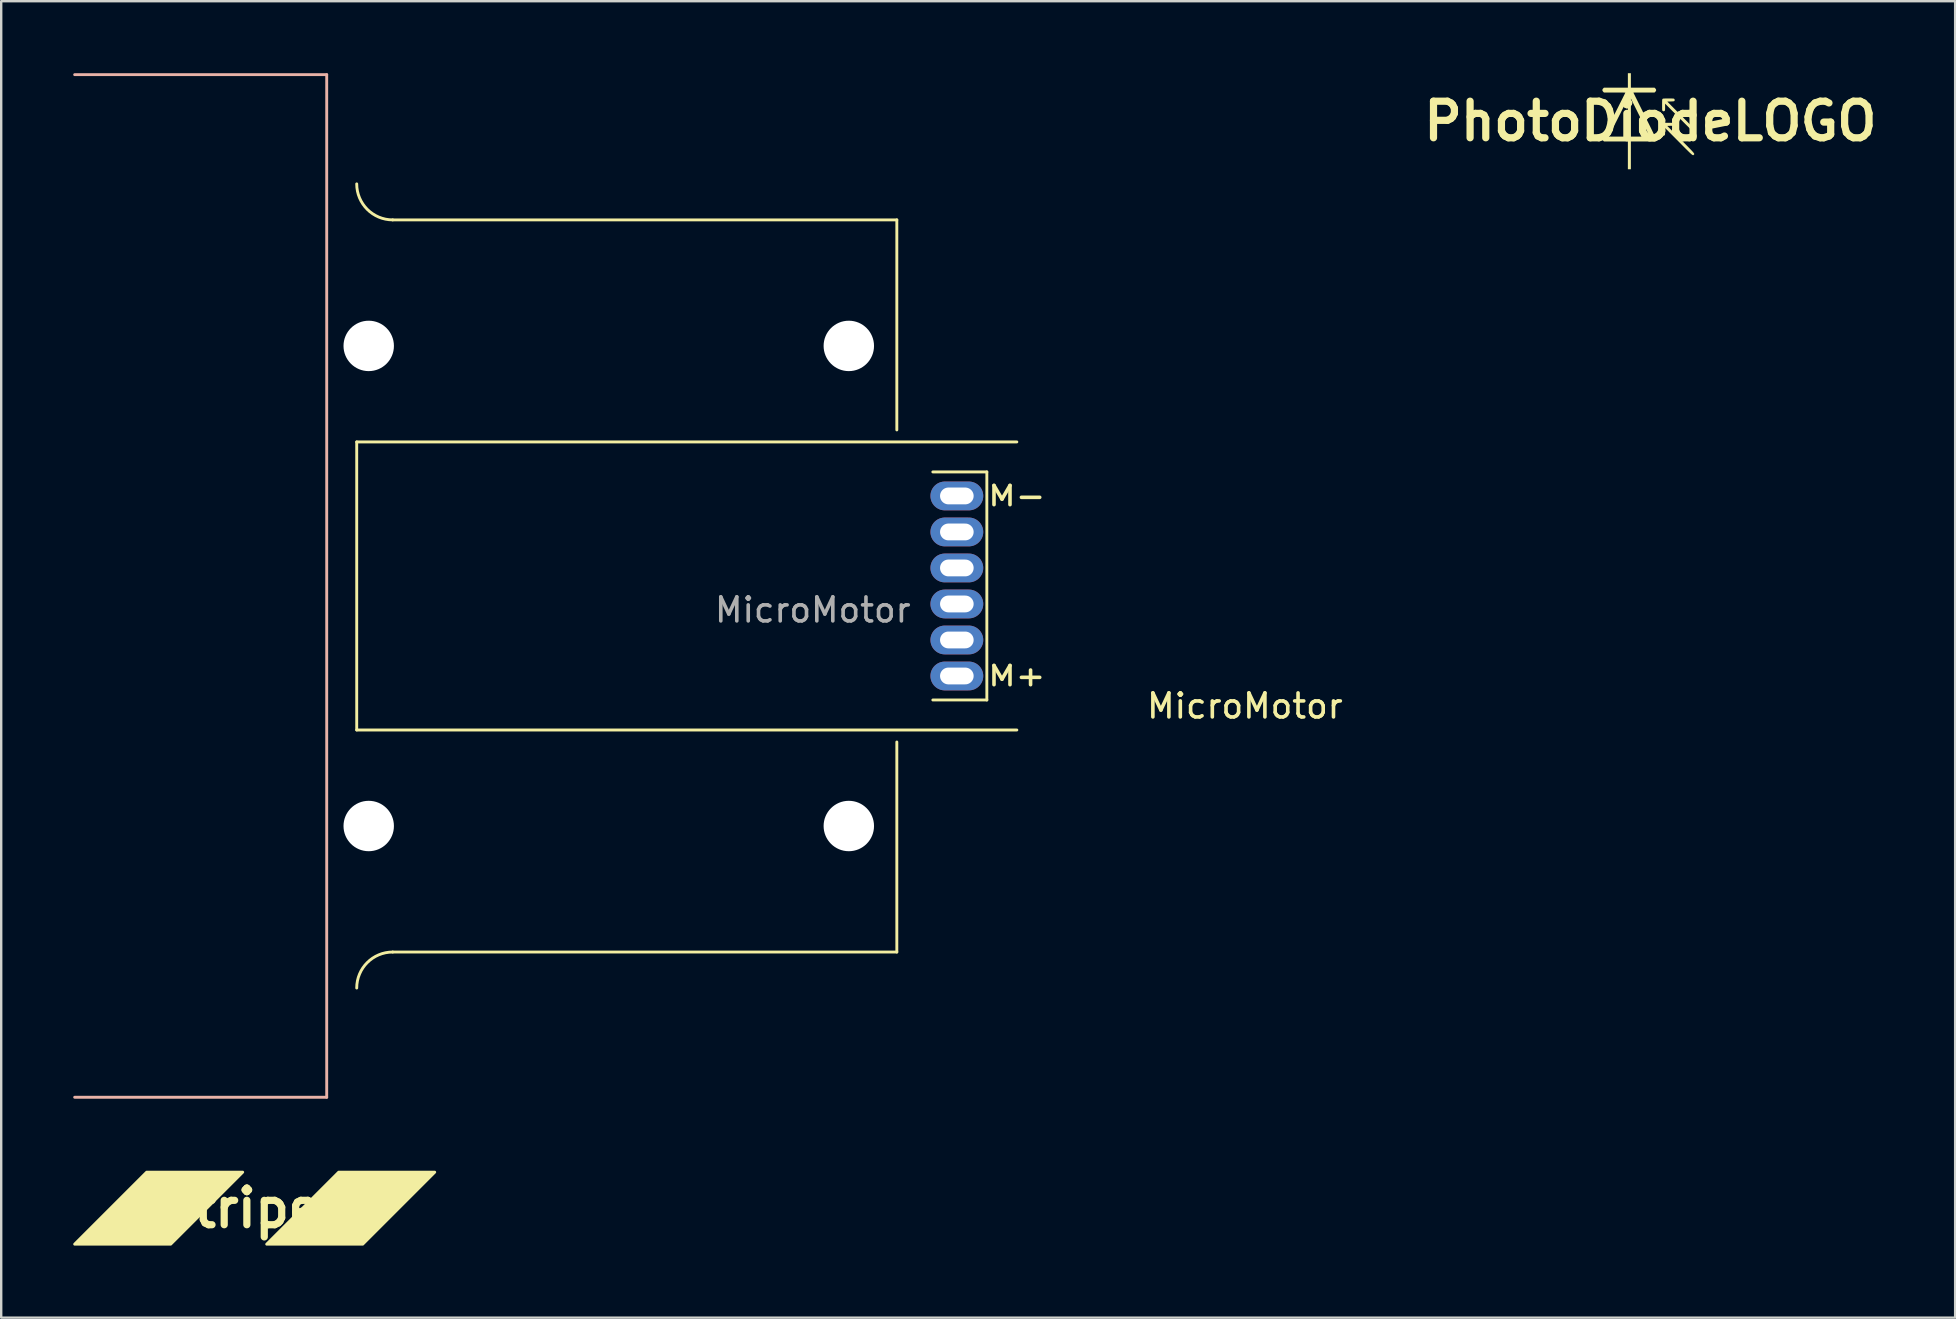
<source format=kicad_pcb>
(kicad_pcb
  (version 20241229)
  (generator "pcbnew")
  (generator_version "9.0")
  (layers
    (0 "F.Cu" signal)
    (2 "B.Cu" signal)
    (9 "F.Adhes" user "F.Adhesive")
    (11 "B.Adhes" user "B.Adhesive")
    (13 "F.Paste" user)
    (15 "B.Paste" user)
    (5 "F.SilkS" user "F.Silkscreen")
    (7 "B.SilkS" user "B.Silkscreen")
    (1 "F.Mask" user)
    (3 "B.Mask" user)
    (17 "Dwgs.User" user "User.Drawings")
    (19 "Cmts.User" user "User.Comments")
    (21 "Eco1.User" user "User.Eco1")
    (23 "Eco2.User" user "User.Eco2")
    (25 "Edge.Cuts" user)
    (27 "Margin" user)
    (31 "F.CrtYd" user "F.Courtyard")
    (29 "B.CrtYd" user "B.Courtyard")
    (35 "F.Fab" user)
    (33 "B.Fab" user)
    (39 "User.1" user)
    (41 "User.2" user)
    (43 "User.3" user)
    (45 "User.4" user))
  (footprint "Stripes"
    (layer "F.Cu")
    (at 7.56 47.28)
    (property "Reference" "Stripes" (at 0 0 0) (layer "F.SilkS") (effects (font (size 1.524 1.524) (thickness 0.3))))
    (attr board_only exclude_from_pos_files exclude_from_bom)
    (fp_poly (pts (xy -3.5 1.5) (xy -7.5 1.5) (xy -4.5 -1.5) (xy -0.5 -1.5)) (stroke (width 0.12) (type solid)) (fill yes) (layer "F.SilkS"))
    (fp_poly (pts (xy 4.5 1.5) (xy 0.5 1.5) (xy 3.5 -1.5) (xy 7.5 -1.5)) (stroke (width 0.12) (type solid)) (fill yes) (layer "F.SilkS")))
  (footprint "PhotoDiodeLOGO"
    (layer "F.Cu")
    (at 65.702 2)
    (property "Reference" "PhotoDiodeLOGO" (at 0 0 0) (layer "F.SilkS") (effects (font (size 1.524 1.524) (thickness 0.3))))
    (attr board_only exclude_from_pos_files exclude_from_bom)
    (fp_poly (pts (xy 0.823 -0.947) (xy 0.878 -0.947) (xy 0.918 -0.946) (xy 0.947 -0.945) (xy 0.967 -0.942) (xy 0.98 -0.939) (xy 0.989 -0.934) (xy 0.995 -0.928) (xy 1.012 -0.9) (xy 1.011 -0.867) (xy 1.001 -0.846) (xy 0.994 -0.839) (xy 0.983 -0.834) (xy 0.964 -0.83) (xy 0.936 -0.827) (xy 0.894 -0.825) (xy 0.845 -0.823) (xy 0.703 -0.818) (xy 1.266 -0.253) (xy 1.368 -0.15) (xy 1.458 -0.059) (xy 1.536 0.019) (xy 1.602 0.087) (xy 1.659 0.145) (xy 1.705 0.193) (xy 1.743 0.234) (xy 1.773 0.267) (xy 1.795 0.294) (xy 1.811 0.315) (xy 1.821 0.332) (xy 1.827 0.345) (xy 1.828 0.355) (xy 1.825 0.364) (xy 1.82 0.371) (xy 1.813 0.379) (xy 1.809 0.383) (xy 1.801 0.39) (xy 1.794 0.397) (xy 1.786 0.4) (xy 1.777 0.401) (xy 1.765 0.398) (xy 1.75 0.39) (xy 1.731 0.377) (xy 1.707 0.357) (xy 1.677 0.331) (xy 1.64 0.297) (xy 1.596 0.254) (xy 1.543 0.202) (xy 1.48 0.14) (xy 1.407 0.067) (xy 1.323 -0.018) (xy 1.227 -0.115) (xy 1.177 -0.165) (xy 0.613 -0.732) (xy 0.613 -0.591) (xy 0.613 -0.536) (xy 0.612 -0.496) (xy 0.609 -0.469) (xy 0.606 -0.451) (xy 0.601 -0.439) (xy 0.593 -0.431) (xy 0.565 -0.414) (xy 0.534 -0.415) (xy 0.507 -0.431) (xy 0.501 -0.438) (xy 0.497 -0.447) (xy 0.493 -0.46) (xy 0.491 -0.481) (xy 0.489 -0.511) (xy 0.489 -0.552) (xy 0.488 -0.608) (xy 0.488 -0.68) (xy 0.488 -0.752) (xy 0.489 -0.808) (xy 0.489 -0.849) (xy 0.491 -0.879) (xy 0.493 -0.899) (xy 0.497 -0.913) (xy 0.501 -0.921) (xy 0.507 -0.928) (xy 0.514 -0.934) (xy 0.523 -0.939) (xy 0.537 -0.942) (xy 0.558 -0.945) (xy 0.588 -0.946) (xy 0.63 -0.947) (xy 0.687 -0.947) (xy 0.751 -0.947)) (stroke (width 0) (type solid)) (fill yes) (layer "F.SilkS"))
    (fp_poly (pts (xy 0.823 0.067) (xy 0.878 0.067) (xy 0.918 0.068) (xy 0.947 0.07) (xy 0.967 0.072) (xy 0.98 0.076) (xy 0.989 0.081) (xy 0.995 0.086) (xy 1.012 0.115) (xy 1.011 0.147) (xy 1.001 0.168) (xy 0.994 0.175) (xy 0.983 0.181) (xy 0.964 0.185) (xy 0.936 0.187) (xy 0.894 0.19) (xy 0.845 0.191) (xy 0.703 0.196) (xy 1.266 0.762) (xy 1.368 0.865) (xy 1.458 0.955) (xy 1.536 1.034) (xy 1.602 1.102) (xy 1.659 1.159) (xy 1.705 1.208) (xy 1.743 1.248) (xy 1.773 1.282) (xy 1.795 1.308) (xy 1.811 1.33) (xy 1.821 1.346) (xy 1.827 1.36) (xy 1.828 1.37) (xy 1.825 1.378) (xy 1.82 1.386) (xy 1.813 1.393) (xy 1.809 1.397) (xy 1.801 1.405) (xy 1.794 1.411) (xy 1.786 1.415) (xy 1.777 1.415) (xy 1.765 1.412) (xy 1.75 1.404) (xy 1.731 1.391) (xy 1.707 1.372) (xy 1.677 1.345) (xy 1.64 1.311) (xy 1.596 1.268) (xy 1.543 1.216) (xy 1.48 1.154) (xy 1.407 1.081) (xy 1.323 0.996) (xy 1.227 0.899) (xy 1.177 0.849) (xy 0.613 0.282) (xy 0.613 0.423) (xy 0.613 0.479) (xy 0.612 0.519) (xy 0.609 0.546) (xy 0.606 0.563) (xy 0.601 0.575) (xy 0.593 0.584) (xy 0.571 0.598) (xy 0.55 0.603) (xy 0.526 0.596) (xy 0.507 0.584) (xy 0.501 0.577) (xy 0.497 0.568) (xy 0.493 0.554) (xy 0.491 0.534) (xy 0.489 0.504) (xy 0.489 0.462) (xy 0.488 0.406) (xy 0.488 0.335) (xy 0.488 0.263) (xy 0.489 0.207) (xy 0.489 0.165) (xy 0.491 0.136) (xy 0.493 0.115) (xy 0.497 0.102) (xy 0.501 0.093) (xy 0.507 0.086) (xy 0.514 0.08) (xy 0.523 0.075) (xy 0.537 0.072) (xy 0.558 0.07) (xy 0.588 0.068) (xy 0.63 0.067) (xy 0.687 0.067) (xy 0.751 0.067)) (stroke (width 0) (type solid)) (fill yes) (layer "F.SilkS"))
    (fp_poly (pts (xy -0.813 -1.397) (xy 0.174 -1.397) (xy 0.207 -1.365) (xy 0.233 -1.329) (xy 0.241 -1.293) (xy 0.229 -1.257) (xy 0.207 -1.229) (xy 0.174 -1.196) (xy -0.267 -1.196) (xy -0.357 -1.196) (xy -0.441 -1.196) (xy -0.516 -1.196) (xy -0.582 -1.195) (xy -0.636 -1.194) (xy -0.676 -1.194) (xy -0.701 -1.193) (xy -0.708 -1.192) (xy -0.704 -1.183) (xy -0.692 -1.158) (xy -0.672 -1.118) (xy -0.646 -1.065) (xy -0.613 -0.998) (xy -0.574 -0.92) (xy -0.53 -0.831) (xy -0.482 -0.733) (xy -0.429 -0.626) (xy -0.372 -0.512) (xy -0.313 -0.392) (xy -0.251 -0.266) (xy -0.234 -0.234) (xy -0.155 -0.072) (xy -0.081 0.076) (xy -0.015 0.21) (xy 0.044 0.33) (xy 0.095 0.437) (xy 0.139 0.528) (xy 0.175 0.604) (xy 0.204 0.665) (xy 0.224 0.709) (xy 0.236 0.738) (xy 0.239 0.749) (xy 0.231 0.779) (xy 0.207 0.81) (xy 0.174 0.842) (xy -0.813 0.842) (xy -0.813 2) (xy -0.938 2) (xy -0.938 0.842) (xy -1.935 0.842) (xy -1.968 0.81) (xy -1.991 0.781) (xy -2 0.753) (xy -2 0.746) (xy -1.997 0.734) (xy -1.987 0.71) (xy -1.971 0.673) (xy -1.953 0.635) (xy -1.732 0.635) (xy -1.723 0.636) (xy -1.697 0.638) (xy -1.655 0.639) (xy -1.6 0.64) (xy -1.534 0.64) (xy -1.459 0.641) (xy -1.377 0.641) (xy -1.335 0.641) (xy -0.938 0.641) (xy -0.813 0.641) (xy -0.421 0.641) (xy -0.337 0.641) (xy -0.258 0.641) (xy -0.188 0.641) (xy -0.128 0.64) (xy -0.081 0.639) (xy -0.048 0.639) (xy -0.031 0.638) (xy -0.029 0.638) (xy -0.033 0.629) (xy -0.045 0.604) (xy -0.064 0.564) (xy -0.091 0.511) (xy -0.123 0.446) (xy -0.161 0.369) (xy -0.203 0.283) (xy -0.251 0.188) (xy -0.302 0.085) (xy -0.356 -0.024) (xy -0.412 -0.138) (xy -0.42 -0.154) (xy -0.812 -0.943) (xy -0.813 -0.151) (xy -0.813 0.641) (xy -0.938 0.641) (xy -0.938 -0.15) (xy -0.938 -0.271) (xy -0.938 -0.386) (xy -0.938 -0.495) (xy -0.939 -0.594) (xy -0.939 -0.684) (xy -0.939 -0.762) (xy -0.94 -0.828) (xy -0.94 -0.879) (xy -0.941 -0.915) (xy -0.941 -0.934) (xy -0.941 -0.937) (xy -0.946 -0.928) (xy -0.959 -0.903) (xy -0.979 -0.864) (xy -1.006 -0.812) (xy -1.038 -0.749) (xy -1.074 -0.676) (xy -1.115 -0.595) (xy -1.16 -0.508) (xy -1.207 -0.414) (xy -1.255 -0.317) (xy -1.306 -0.218) (xy -1.356 -0.117) (xy -1.406 -0.017) (xy -1.456 0.081) (xy -1.503 0.175) (xy -1.548 0.265) (xy -1.59 0.348) (xy -1.628 0.424) (xy -1.661 0.49) (xy -1.689 0.546) (xy -1.71 0.589) (xy -1.725 0.619) (xy -1.732 0.634) (xy -1.732 0.635) (xy -1.953 0.635) (xy -1.947 0.623) (xy -1.917 0.559) (xy -1.879 0.481) (xy -1.833 0.388) (xy -1.78 0.28) (xy -1.718 0.157) (xy -1.649 0.018) (xy -1.57 -0.138) (xy -1.522 -0.235) (xy -1.458 -0.361) (xy -1.397 -0.482) (xy -1.339 -0.597) (xy -1.285 -0.706) (xy -1.235 -0.806) (xy -1.189 -0.897) (xy -1.148 -0.978) (xy -1.114 -1.047) (xy -1.085 -1.104) (xy -1.064 -1.148) (xy -1.05 -1.177) (xy -1.043 -1.19) (xy -1.043 -1.19) (xy -1.052 -1.192) (xy -1.079 -1.193) (xy -1.121 -1.194) (xy -1.176 -1.195) (xy -1.243 -1.195) (xy -1.32 -1.196) (xy -1.405 -1.196) (xy -1.489 -1.196) (xy -1.935 -1.196) (xy -1.968 -1.229) (xy -1.994 -1.265) (xy -2.002 -1.301) (xy -1.99 -1.337) (xy -1.968 -1.365) (xy -1.935 -1.397) (xy -0.938 -1.397) (xy -0.938 -2) (xy -0.813 -2)) (stroke (width 0) (type solid)) (fill yes) (layer "F.SilkS")))
  (footprint "MicroMotor"
    (layer "F.Cu")
    (at 36.81 21.36)
    (property "Reference" "MicroMotor" (at 12 5 0) (unlocked yes) (layer "F.SilkS") (effects (font (size 1 1) (thickness 0.15))))
    (attr through_hole)
    (fp_line (start -25 -6) (end -25 6) (stroke (width 0.12) (type solid)) (layer "F.SilkS"))
    (fp_line (start -25 6) (end 2.5 6) (stroke (width 0.12) (type solid)) (layer "F.SilkS"))
    (fp_line (start -2.5 -15.25) (end -23.5 -15.25) (stroke (width 0.12) (type solid)) (layer "F.SilkS"))
    (fp_line (start -2.5 -15.25) (end -2.5 -6.5) (stroke (width 0.12) (type solid)) (layer "F.SilkS"))
    (fp_line (start -2.5 15.25) (end -23.5 15.25) (stroke (width 0.12) (type solid)) (layer "F.SilkS"))
    (fp_line (start -2.5 15.25) (end -2.5 6.5) (stroke (width 0.12) (type solid)) (layer "F.SilkS"))
    (fp_line (start -1 -4.75) (end 1.25 -4.75) (stroke (width 0.12) (type solid)) (layer "F.SilkS"))
    (fp_line (start 1.25 -4.75) (end 1.25 4.75) (stroke (width 0.12) (type solid)) (layer "F.SilkS"))
    (fp_line (start 1.25 4.75) (end -1 4.75) (stroke (width 0.12) (type solid)) (layer "F.SilkS"))
    (fp_line (start 2.5 -6) (end -25 -6) (stroke (width 0.12) (type solid)) (layer "F.SilkS"))
    (fp_arc (start -25 16.75) (mid -24.56066 15.68934) (end -23.5 15.25) (stroke (width 0.12) (type solid)) (layer "F.SilkS"))
    (fp_arc (start -23.5 -15.25) (mid -24.56066 -15.68934) (end -25 -16.75) (stroke (width 0.12) (type solid)) (layer "F.SilkS"))
    (fp_line (start -26.25 -21.3) (end -36.75 -21.3) (stroke (width 0.12) (type solid)) (layer "B.SilkS"))
    (fp_line (start -26.25 21.3) (end -36.75 21.3) (stroke (width 0.12) (type solid)) (layer "B.SilkS"))
    (fp_line (start -26.25 21.3) (end -26.25 -21.3) (stroke (width 0.12) (type solid)) (layer "B.SilkS"))
    (fp_text user "M-" (at 2.5 -3.75 0) (unlocked yes) (layer "F.SilkS") (effects (font (size 0.8 1) (thickness 0.15))))
    (fp_text user "M+" (at 2.5 3.75 0) (unlocked yes) (layer "F.SilkS") (effects (font (size 0.8 1) (thickness 0.15))))
    (fp_text user "${REFERENCE}" (at -6 1 0) (unlocked yes) (layer "F.Fab") (effects (font (size 1 1) (thickness 0.15))))
    (pad "" np_thru_hole circle (at -24.5 -10) (size 2.1 2.1) (drill 2.1) (layers "*.Cu" "*.Mask"))
    (pad "" np_thru_hole circle (at -24.5 10) (size 2.1 2.1) (drill 2.1) (layers "*.Cu" "*.Mask"))
    (pad "" np_thru_hole circle (at -4.5 -10) (size 2.1 2.1) (drill 2.1) (layers "*.Cu" "*.Mask"))
    (pad "" np_thru_hole circle (at -4.5 10) (size 2.1 2.1) (drill 2.1) (layers "*.Cu" "*.Mask"))
    (pad "1" thru_hole oval (at 0 -3.75) (size 2.2 1.2) (drill oval 1.4 0.7) (layers "*.Cu" "*.Mask"))
    (pad "2" thru_hole oval (at 0 -2.25) (size 2.2 1.2) (drill oval 1.4 0.7) (layers "*.Cu" "*.Mask"))
    (pad "3" thru_hole oval (at 0 -0.75) (size 2.2 1.2) (drill oval 1.4 0.7) (layers "*.Cu" "*.Mask"))
    (pad "4" thru_hole oval (at 0 0.75) (size 2.2 1.2) (drill oval 1.4 0.7) (layers "*.Cu" "*.Mask"))
    (pad "5" thru_hole oval (at 0 2.25) (size 2.2 1.2) (drill oval 1.4 0.7) (layers "*.Cu" "*.Mask"))
    (pad "6" thru_hole oval (at 0 3.75) (size 2.2 1.2) (drill oval 1.4 0.7) (layers "*.Cu" "*.Mask")))
  (gr_rect
    (start -3 -3)
    (end 78.398 51.84)
    (stroke (width 0.1) (type default))
    (fill no)
    (layer "Edge.Cuts")))
</source>
